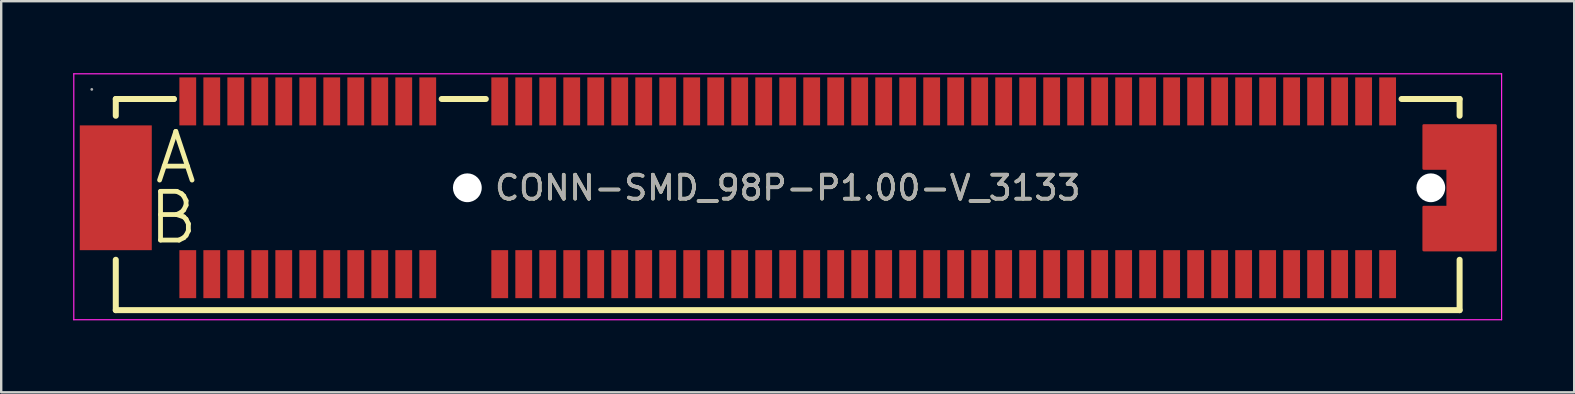
<source format=kicad_pcb>
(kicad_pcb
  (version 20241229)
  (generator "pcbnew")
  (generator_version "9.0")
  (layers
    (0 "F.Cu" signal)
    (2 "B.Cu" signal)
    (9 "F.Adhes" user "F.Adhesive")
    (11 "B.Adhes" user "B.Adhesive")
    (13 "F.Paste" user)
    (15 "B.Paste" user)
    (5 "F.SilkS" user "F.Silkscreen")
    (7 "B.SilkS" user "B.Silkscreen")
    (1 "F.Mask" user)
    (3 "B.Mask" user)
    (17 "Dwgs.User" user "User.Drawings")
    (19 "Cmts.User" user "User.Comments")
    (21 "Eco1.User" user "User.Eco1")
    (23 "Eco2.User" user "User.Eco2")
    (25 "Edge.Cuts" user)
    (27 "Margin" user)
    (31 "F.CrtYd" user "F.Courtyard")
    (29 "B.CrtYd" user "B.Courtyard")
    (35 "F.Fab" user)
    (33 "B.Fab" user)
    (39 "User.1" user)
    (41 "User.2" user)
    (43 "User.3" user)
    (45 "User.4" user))
  (footprint "CONN-SMD_98P-P1.00-V_3133"
    (layer "F.Cu")
    (at 29.775 4.775)
    (property "Reference" "CONN-SMD_98P-P1.00-V_3133" (at 0 0 0) (layer "F.SilkS") (effects (font (size 1 1) (thickness 0.15))))
    (attr smd)
    (fp_line (start -28 -3.7) (end -28 -3) (stroke (width 0.25) (type solid)) (layer "F.SilkS"))
    (fp_line (start -28 -3.7) (end -25.58 -3.7) (stroke (width 0.25) (type solid)) (layer "F.SilkS"))
    (fp_line (start -28 5.1) (end -28 3) (stroke (width 0.25) (type solid)) (layer "F.SilkS"))
    (fp_line (start -28 5.1) (end 28 5.1) (stroke (width 0.25) (type solid)) (layer "F.SilkS"))
    (fp_line (start -25.71 -3.7) (end -25.58 -3.7) (stroke (width 0.25) (type solid)) (layer "F.SilkS"))
    (fp_line (start -14.42 -3.7) (end -12.58 -3.7) (stroke (width 0.25) (type solid)) (layer "F.SilkS"))
    (fp_line (start 25.58 -3.7) (end 28 -3.7) (stroke (width 0.25) (type solid)) (layer "F.SilkS"))
    (fp_line (start 28 -3.7) (end 28 -3) (stroke (width 0.25) (type solid)) (layer "F.SilkS"))
    (fp_line (start 28 5.1) (end 28 3) (stroke (width 0.25) (type solid)) (layer "F.SilkS"))
    (fp_circle (center -13.35 0) (end -13.1 0) (stroke (width 0.5) (type solid)) (fill no) (layer "Cmts.User"))
    (fp_circle (center 26.8 0) (end 27.05 0) (stroke (width 0.5) (type solid)) (fill no) (layer "Cmts.User"))
    (fp_line (start -29.75 -4.75) (end -29.75 5.5) (stroke (width 0.05) (type default)) (layer "F.CrtYd"))
    (fp_line (start -29.75 -4.75) (end 29.75 -4.75) (stroke (width 0.05) (type default)) (layer "F.CrtYd"))
    (fp_line (start 29.75 -4.75) (end 29.75 5.5) (stroke (width 0.05) (type default)) (layer "F.CrtYd"))
    (fp_line (start 29.75 5.5) (end -29.75 5.5) (stroke (width 0.05) (type default)) (layer "F.CrtYd"))
    (fp_circle (center -29 -4.1) (end -28.97 -4.1) (stroke (width 0.06) (type solid)) (fill no) (layer "F.Fab"))
    (fp_text user "B" (at -26.75 1.25 0) (layer "F.SilkS") (effects (font (size 2.03 2.03) (thickness 0.2)) (justify left)))
    (fp_text user "A" (at -26.5 -1.25 0) (layer "F.SilkS") (effects (font (size 2.03 2.03) (thickness 0.2)) (justify left)))
    (fp_text user "${REFERENCE}" (at 0 0 0) (layer "F.Fab") (effects (font (size 1 1) (thickness 0.15))))
    (pad "" np_thru_hole circle (at -13.35 0) (size 1.2 1.2) (drill 1.2) (layers "*.Cu" "*.Mask"))
    (pad "" np_thru_hole circle (at 26.8 0) (size 1.2 1.2) (drill 1.2) (layers "*.Cu" "*.Mask"))
    (pad "50" smd rect (at -28 0) (size 3 5.2) (layers "F.Cu" "F.Mask" "F.Paste"))
    (pad "51" smd custom (at 28 0) (size 0.01 0.01) (layers "F.Cu" "F.Mask" "F.Paste") (options (anchor circle)) (primitives (gr_poly (pts (xy -1.5 -2.6) (xy 1.5 -2.6) (xy 1.5 2.6) (xy -1.5 2.6) (xy -1.5 0.8) (xy -0.5 0.8) (xy -0.5 -0.8) (xy -1.5 -0.8)) (width 0.1) (fill yes))))
    (pad "A1" smd rect (at -25 -3.6) (size 0.7 2) (layers "F.Cu" "F.Mask" "F.Paste"))
    (pad "A2" smd rect (at -24 -3.6) (size 0.7 2) (layers "F.Cu" "F.Mask" "F.Paste"))
    (pad "A3" smd rect (at -23 -3.6) (size 0.7 2) (layers "F.Cu" "F.Mask" "F.Paste"))
    (pad "A4" smd rect (at -22 -3.6) (size 0.7 2) (layers "F.Cu" "F.Mask" "F.Paste"))
    (pad "A5" smd rect (at -21 -3.6) (size 0.7 2) (layers "F.Cu" "F.Mask" "F.Paste"))
    (pad "A6" smd rect (at -20 -3.6) (size 0.7 2) (layers "F.Cu" "F.Mask" "F.Paste"))
    (pad "A7" smd rect (at -19 -3.6) (size 0.7 2) (layers "F.Cu" "F.Mask" "F.Paste"))
    (pad "A8" smd rect (at -18 -3.6) (size 0.7 2) (layers "F.Cu" "F.Mask" "F.Paste"))
    (pad "A9" smd rect (at -17 -3.6) (size 0.7 2) (layers "F.Cu" "F.Mask" "F.Paste"))
    (pad "A10" smd rect (at -16 -3.6) (size 0.7 2) (layers "F.Cu" "F.Mask" "F.Paste"))
    (pad "A11" smd rect (at -15 -3.6) (size 0.7 2) (layers "F.Cu" "F.Mask" "F.Paste"))
    (pad "A12" smd rect (at -12 -3.6) (size 0.7 2) (layers "F.Cu" "F.Mask" "F.Paste"))
    (pad "A13" smd rect (at -11 -3.6) (size 0.7 2) (layers "F.Cu" "F.Mask" "F.Paste"))
    (pad "A14" smd rect (at -10 -3.6) (size 0.7 2) (layers "F.Cu" "F.Mask" "F.Paste"))
    (pad "A15" smd rect (at -9 -3.6) (size 0.7 2) (layers "F.Cu" "F.Mask" "F.Paste"))
    (pad "A16" smd rect (at -8 -3.6) (size 0.7 2) (layers "F.Cu" "F.Mask" "F.Paste"))
    (pad "A17" smd rect (at -7 -3.6) (size 0.7 2) (layers "F.Cu" "F.Mask" "F.Paste"))
    (pad "A18" smd rect (at -6 -3.6) (size 0.7 2) (layers "F.Cu" "F.Mask" "F.Paste"))
    (pad "A19" smd rect (at -5 -3.6) (size 0.7 2) (layers "F.Cu" "F.Mask" "F.Paste"))
    (pad "A20" smd rect (at -4 -3.6) (size 0.7 2) (layers "F.Cu" "F.Mask" "F.Paste"))
    (pad "A21" smd rect (at -3 -3.6) (size 0.7 2) (layers "F.Cu" "F.Mask" "F.Paste"))
    (pad "A22" smd rect (at -2 -3.6) (size 0.7 2) (layers "F.Cu" "F.Mask" "F.Paste"))
    (pad "A23" smd rect (at -1 -3.6) (size 0.7 2) (layers "F.Cu" "F.Mask" "F.Paste"))
    (pad "A24" smd rect (at 0 -3.6) (size 0.7 2) (layers "F.Cu" "F.Mask" "F.Paste"))
    (pad "A25" smd rect (at 1 -3.6) (size 0.7 2) (layers "F.Cu" "F.Mask" "F.Paste"))
    (pad "A26" smd rect (at 2 -3.6) (size 0.7 2) (layers "F.Cu" "F.Mask" "F.Paste"))
    (pad "A27" smd rect (at 3 -3.6) (size 0.7 2) (layers "F.Cu" "F.Mask" "F.Paste"))
    (pad "A28" smd rect (at 4 -3.6) (size 0.7 2) (layers "F.Cu" "F.Mask" "F.Paste"))
    (pad "A29" smd rect (at 5 -3.6) (size 0.7 2) (layers "F.Cu" "F.Mask" "F.Paste"))
    (pad "A30" smd rect (at 6 -3.6) (size 0.7 2) (layers "F.Cu" "F.Mask" "F.Paste"))
    (pad "A31" smd rect (at 7 -3.6) (size 0.7 2) (layers "F.Cu" "F.Mask" "F.Paste"))
    (pad "A32" smd rect (at 8 -3.6) (size 0.7 2) (layers "F.Cu" "F.Mask" "F.Paste"))
    (pad "A33" smd rect (at 9 -3.6) (size 0.7 2) (layers "F.Cu" "F.Mask" "F.Paste"))
    (pad "A34" smd rect (at 10 -3.6) (size 0.7 2) (layers "F.Cu" "F.Mask" "F.Paste"))
    (pad "A35" smd rect (at 11 -3.6) (size 0.7 2) (layers "F.Cu" "F.Mask" "F.Paste"))
    (pad "A36" smd rect (at 12 -3.6) (size 0.7 2) (layers "F.Cu" "F.Mask" "F.Paste"))
    (pad "A37" smd rect (at 13 -3.6) (size 0.7 2) (layers "F.Cu" "F.Mask" "F.Paste"))
    (pad "A38" smd rect (at 14 -3.6) (size 0.7 2) (layers "F.Cu" "F.Mask" "F.Paste"))
    (pad "A39" smd rect (at 15 -3.6) (size 0.7 2) (layers "F.Cu" "F.Mask" "F.Paste"))
    (pad "A40" smd rect (at 16 -3.6) (size 0.7 2) (layers "F.Cu" "F.Mask" "F.Paste"))
    (pad "A41" smd rect (at 17 -3.6) (size 0.7 2) (layers "F.Cu" "F.Mask" "F.Paste"))
    (pad "A42" smd rect (at 18 -3.6) (size 0.7 2) (layers "F.Cu" "F.Mask" "F.Paste"))
    (pad "A43" smd rect (at 19 -3.6) (size 0.7 2) (layers "F.Cu" "F.Mask" "F.Paste"))
    (pad "A44" smd rect (at 20 -3.6) (size 0.7 2) (layers "F.Cu" "F.Mask" "F.Paste"))
    (pad "A45" smd rect (at 21 -3.6) (size 0.7 2) (layers "F.Cu" "F.Mask" "F.Paste"))
    (pad "A46" smd rect (at 22 -3.6) (size 0.7 2) (layers "F.Cu" "F.Mask" "F.Paste"))
    (pad "A47" smd rect (at 23 -3.6) (size 0.7 2) (layers "F.Cu" "F.Mask" "F.Paste"))
    (pad "A48" smd rect (at 24 -3.6) (size 0.7 2) (layers "F.Cu" "F.Mask" "F.Paste"))
    (pad "A49" smd rect (at 25 -3.6) (size 0.7 2) (layers "F.Cu" "F.Mask" "F.Paste"))
    (pad "B1" smd rect (at -25 3.6) (size 0.7 2) (layers "F.Cu" "F.Mask" "F.Paste"))
    (pad "B2" smd rect (at -24 3.6) (size 0.7 2) (layers "F.Cu" "F.Mask" "F.Paste"))
    (pad "B3" smd rect (at -23 3.6) (size 0.7 2) (layers "F.Cu" "F.Mask" "F.Paste"))
    (pad "B4" smd rect (at -22 3.6) (size 0.7 2) (layers "F.Cu" "F.Mask" "F.Paste"))
    (pad "B5" smd rect (at -21 3.6) (size 0.7 2) (layers "F.Cu" "F.Mask" "F.Paste"))
    (pad "B6" smd rect (at -20 3.6) (size 0.7 2) (layers "F.Cu" "F.Mask" "F.Paste"))
    (pad "B7" smd rect (at -19 3.6) (size 0.7 2) (layers "F.Cu" "F.Mask" "F.Paste"))
    (pad "B8" smd rect (at -18 3.6) (size 0.7 2) (layers "F.Cu" "F.Mask" "F.Paste"))
    (pad "B9" smd rect (at -17 3.6) (size 0.7 2) (layers "F.Cu" "F.Mask" "F.Paste"))
    (pad "B10" smd rect (at -16 3.6) (size 0.7 2) (layers "F.Cu" "F.Mask" "F.Paste"))
    (pad "B11" smd rect (at -15 3.6) (size 0.7 2) (layers "F.Cu" "F.Mask" "F.Paste"))
    (pad "B12" smd rect (at -12 3.6) (size 0.7 2) (layers "F.Cu" "F.Mask" "F.Paste"))
    (pad "B13" smd rect (at -11 3.6) (size 0.7 2) (layers "F.Cu" "F.Mask" "F.Paste"))
    (pad "B14" smd rect (at -10 3.6) (size 0.7 2) (layers "F.Cu" "F.Mask" "F.Paste"))
    (pad "B15" smd rect (at -9 3.6) (size 0.7 2) (layers "F.Cu" "F.Mask" "F.Paste"))
    (pad "B16" smd rect (at -8 3.6) (size 0.7 2) (layers "F.Cu" "F.Mask" "F.Paste"))
    (pad "B17" smd rect (at -7 3.6) (size 0.7 2) (layers "F.Cu" "F.Mask" "F.Paste"))
    (pad "B18" smd rect (at -6 3.6) (size 0.7 2) (layers "F.Cu" "F.Mask" "F.Paste"))
    (pad "B19" smd rect (at -5 3.6) (size 0.7 2) (layers "F.Cu" "F.Mask" "F.Paste"))
    (pad "B20" smd rect (at -4 3.6) (size 0.7 2) (layers "F.Cu" "F.Mask" "F.Paste"))
    (pad "B21" smd rect (at -3 3.6) (size 0.7 2) (layers "F.Cu" "F.Mask" "F.Paste"))
    (pad "B22" smd rect (at -2 3.6) (size 0.7 2) (layers "F.Cu" "F.Mask" "F.Paste"))
    (pad "B23" smd rect (at -1 3.6) (size 0.7 2) (layers "F.Cu" "F.Mask" "F.Paste"))
    (pad "B24" smd rect (at 0 3.6) (size 0.7 2) (layers "F.Cu" "F.Mask" "F.Paste"))
    (pad "B25" smd rect (at 1 3.6) (size 0.7 2) (layers "F.Cu" "F.Mask" "F.Paste"))
    (pad "B26" smd rect (at 2 3.6) (size 0.7 2) (layers "F.Cu" "F.Mask" "F.Paste"))
    (pad "B27" smd rect (at 3 3.6) (size 0.7 2) (layers "F.Cu" "F.Mask" "F.Paste"))
    (pad "B28" smd rect (at 4 3.6) (size 0.7 2) (layers "F.Cu" "F.Mask" "F.Paste"))
    (pad "B29" smd rect (at 5 3.6) (size 0.7 2) (layers "F.Cu" "F.Mask" "F.Paste"))
    (pad "B30" smd rect (at 6 3.6) (size 0.7 2) (layers "F.Cu" "F.Mask" "F.Paste"))
    (pad "B31" smd rect (at 7 3.6) (size 0.7 2) (layers "F.Cu" "F.Mask" "F.Paste"))
    (pad "B32" smd rect (at 8 3.6) (size 0.7 2) (layers "F.Cu" "F.Mask" "F.Paste"))
    (pad "B33" smd rect (at 9 3.6) (size 0.7 2) (layers "F.Cu" "F.Mask" "F.Paste"))
    (pad "B34" smd rect (at 10 3.6) (size 0.7 2) (layers "F.Cu" "F.Mask" "F.Paste"))
    (pad "B35" smd rect (at 11 3.6) (size 0.7 2) (layers "F.Cu" "F.Mask" "F.Paste"))
    (pad "B36" smd rect (at 12 3.6) (size 0.7 2) (layers "F.Cu" "F.Mask" "F.Paste"))
    (pad "B37" smd rect (at 13 3.6) (size 0.7 2) (layers "F.Cu" "F.Mask" "F.Paste"))
    (pad "B38" smd rect (at 14 3.6) (size 0.7 2) (layers "F.Cu" "F.Mask" "F.Paste"))
    (pad "B39" smd rect (at 15 3.6) (size 0.7 2) (layers "F.Cu" "F.Mask" "F.Paste"))
    (pad "B40" smd rect (at 16 3.6) (size 0.7 2) (layers "F.Cu" "F.Mask" "F.Paste"))
    (pad "B41" smd rect (at 17 3.6) (size 0.7 2) (layers "F.Cu" "F.Mask" "F.Paste"))
    (pad "B42" smd rect (at 18 3.6) (size 0.7 2) (layers "F.Cu" "F.Mask" "F.Paste"))
    (pad "B43" smd rect (at 19 3.6) (size 0.7 2) (layers "F.Cu" "F.Mask" "F.Paste"))
    (pad "B44" smd rect (at 20 3.6) (size 0.7 2) (layers "F.Cu" "F.Mask" "F.Paste"))
    (pad "B45" smd rect (at 21 3.6) (size 0.7 2) (layers "F.Cu" "F.Mask" "F.Paste"))
    (pad "B46" smd rect (at 22 3.6) (size 0.7 2) (layers "F.Cu" "F.Mask" "F.Paste"))
    (pad "B47" smd rect (at 23 3.6) (size 0.7 2) (layers "F.Cu" "F.Mask" "F.Paste"))
    (pad "B48" smd rect (at 24 3.6) (size 0.7 2) (layers "F.Cu" "F.Mask" "F.Paste"))
    (pad "B49" smd rect (at 25 3.6) (size 0.7 2) (layers "F.Cu" "F.Mask" "F.Paste")))
  (gr_rect
    (start -3 -3)
    (end 62.55 13.3)
    (stroke (width 0.1) (type default))
    (fill no)
    (layer "Edge.Cuts")))
</source>
